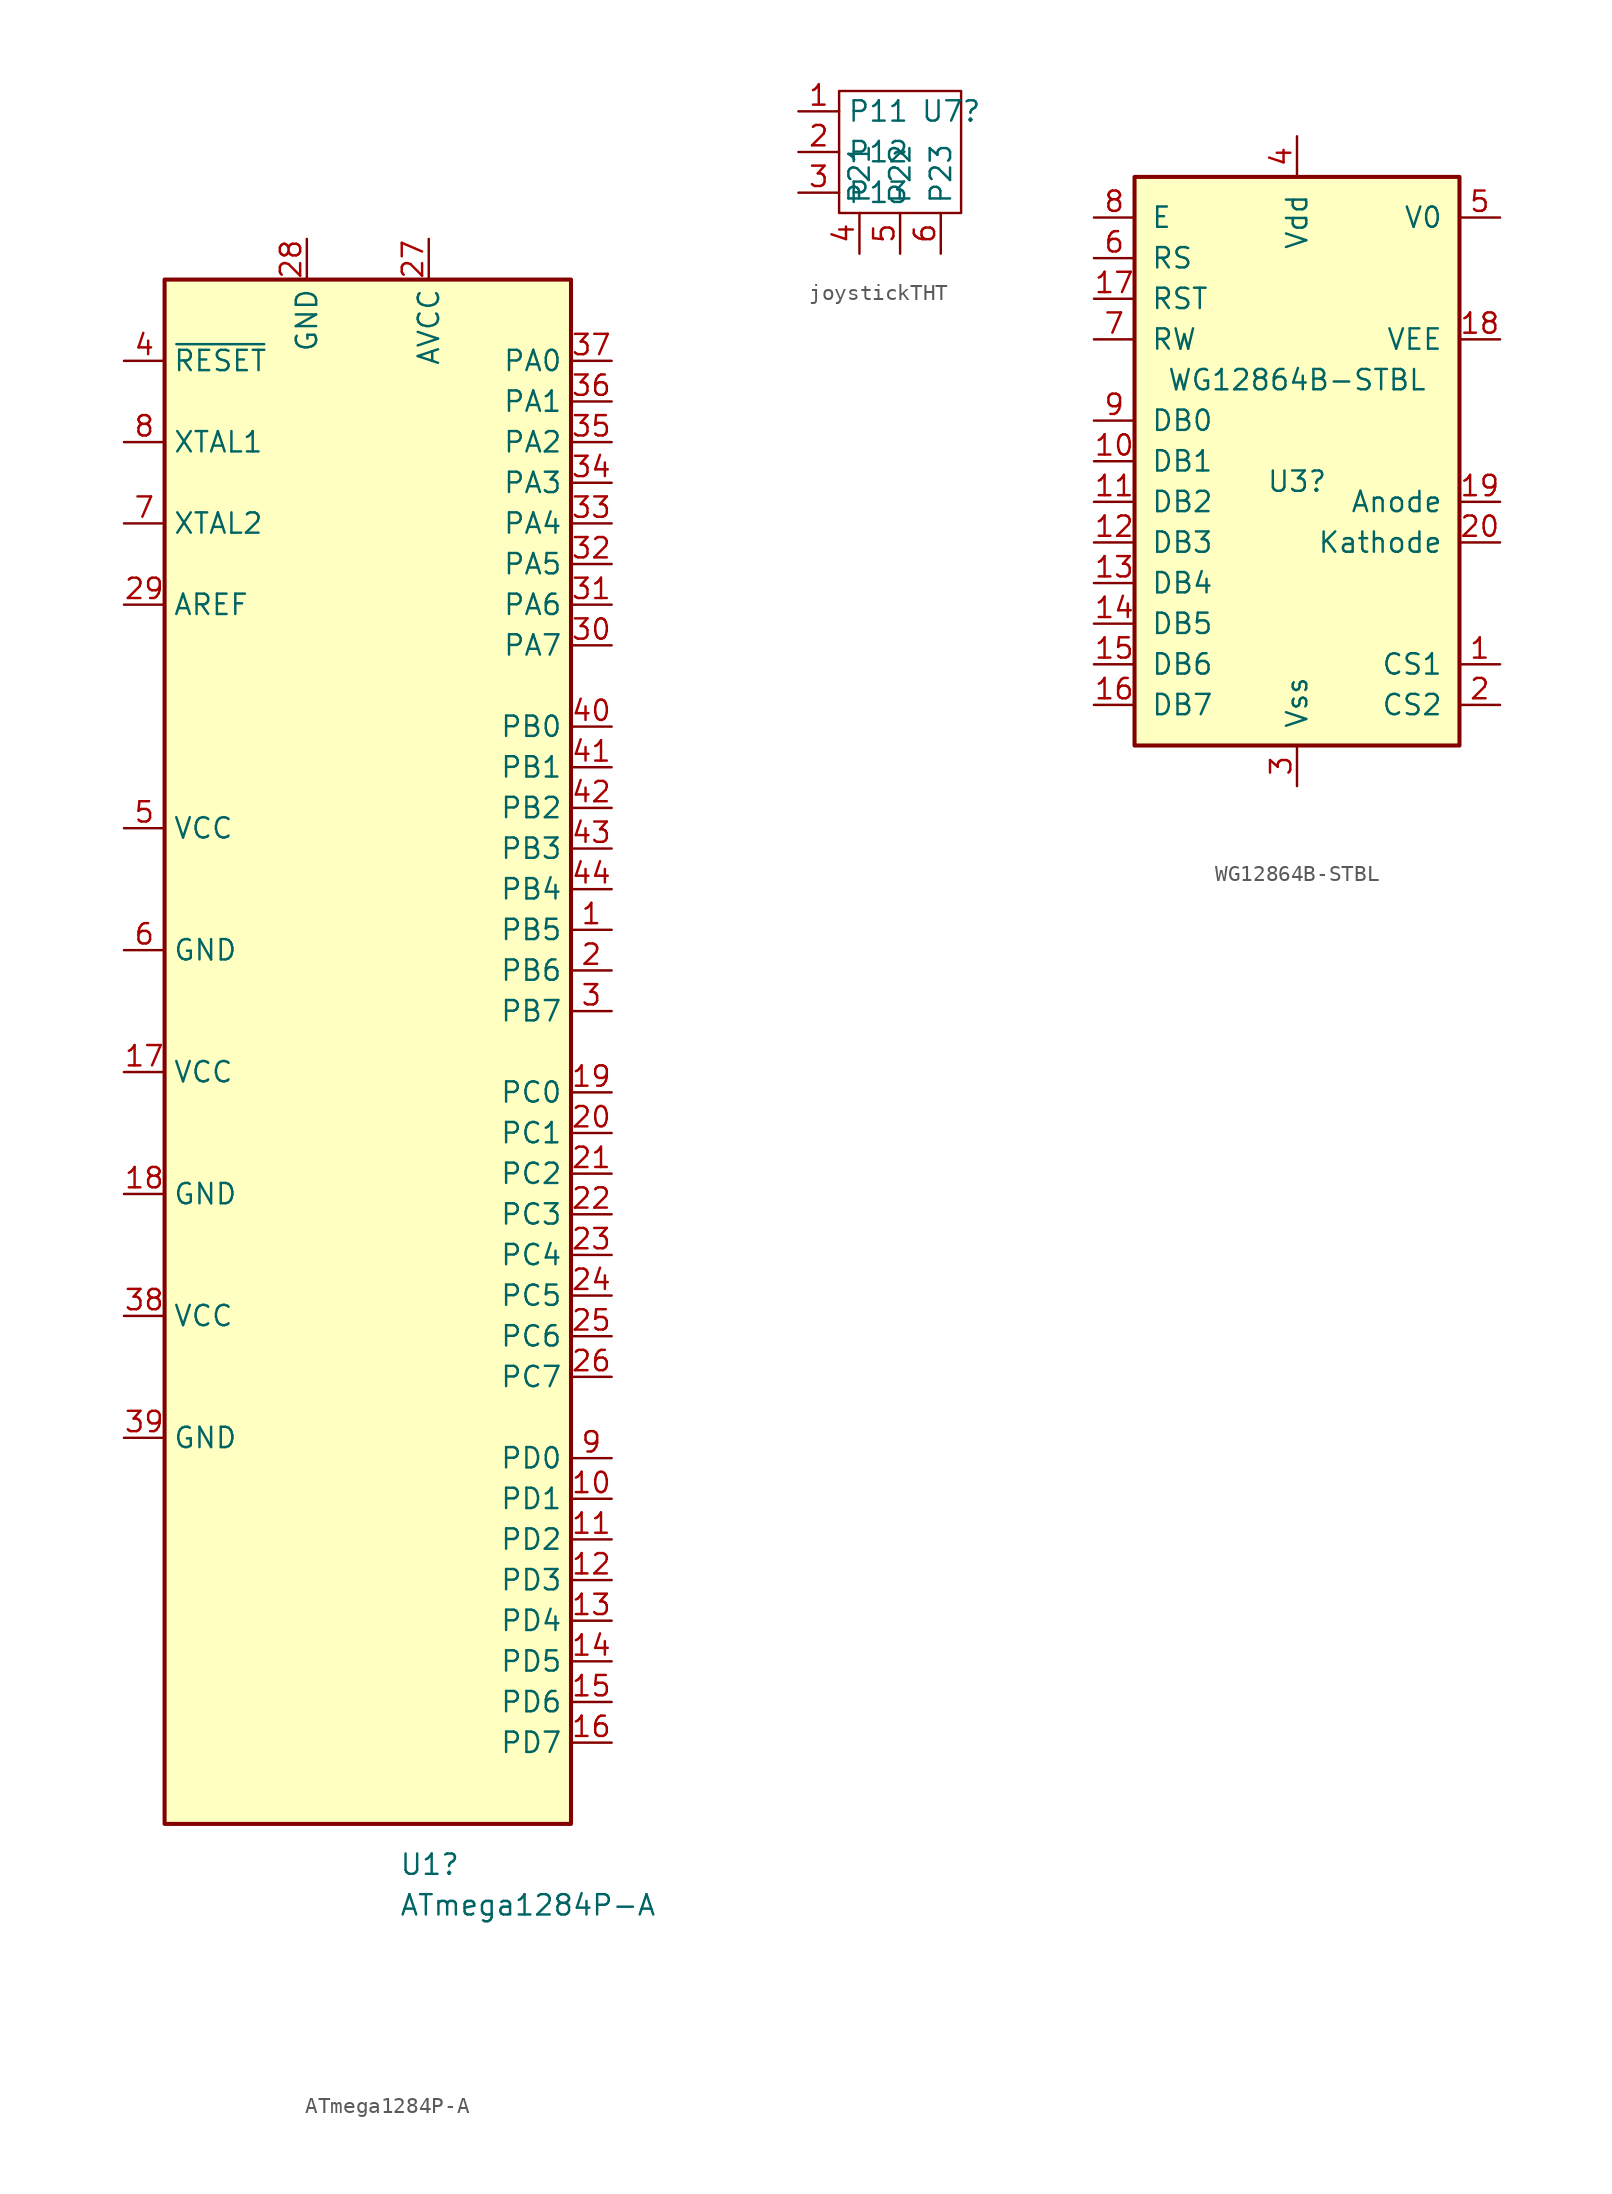
<source format=kicad_sym>
(kicad_symbol_lib
  (version 20220914)
  (generator kicad_symbol_editor)
  (symbol "ATmega1284P-A"
    (property "Reference" "U1"
      (at 1.956 -50.8 0)
      (effects (font (size 1.27 1.27)) (justify left)))
    (property "Value" "ATmega1284P-A"
      (at 1.956 -53.34 0)
      (effects (font (size 1.27 1.27)) (justify left)))
    (symbol "ATmega1284P-A_0_1"
      (rectangle (start -12.7 48.26) (end 12.7 -48.26) (stroke (width 0.254) (type default)) (fill (type background))))
    (symbol "ATmega1284P-A_1_1"
      (pin bidirectional line (at 15.24 7.62 180) (length 2.54) (name "PB5" (effects (font (size 1.27 1.27)))) (number "1" (effects (font (size 1.27 1.27)))))
      (pin bidirectional line (at 15.24 -27.94 180) (length 2.54) (name "PD1" (effects (font (size 1.27 1.27)))) (number "10" (effects (font (size 1.27 1.27)))))
      (pin bidirectional line (at 15.24 -30.48 180) (length 2.54) (name "PD2" (effects (font (size 1.27 1.27)))) (number "11" (effects (font (size 1.27 1.27)))))
      (pin bidirectional line (at 15.24 -33.02 180) (length 2.54) (name "PD3" (effects (font (size 1.27 1.27)))) (number "12" (effects (font (size 1.27 1.27)))))
      (pin bidirectional line (at 15.24 -35.56 180) (length 2.54) (name "PD4" (effects (font (size 1.27 1.27)))) (number "13" (effects (font (size 1.27 1.27)))))
      (pin bidirectional line (at 15.24 -38.1 180) (length 2.54) (name "PD5" (effects (font (size 1.27 1.27)))) (number "14" (effects (font (size 1.27 1.27)))))
      (pin bidirectional line (at 15.24 -40.64 180) (length 2.54) (name "PD6" (effects (font (size 1.27 1.27)))) (number "15" (effects (font (size 1.27 1.27)))))
      (pin bidirectional line (at 15.24 -43.18 180) (length 2.54) (name "PD7" (effects (font (size 1.27 1.27)))) (number "16" (effects (font (size 1.27 1.27)))))
      (pin power_in line (at -15.24 -1.27 0) (length 2.54) (name "VCC" (effects (font (size 1.27 1.27)))) (number "17" (effects (font (size 1.27 1.27)))))
      (pin power_in line (at -15.24 -8.89 0) (length 2.54) (name "GND" (effects (font (size 1.27 1.27)))) (number "18" (effects (font (size 1.27 1.27)))))
      (pin bidirectional line (at 15.24 -2.54 180) (length 2.54) (name "PC0" (effects (font (size 1.27 1.27)))) (number "19" (effects (font (size 1.27 1.27)))))
      (pin bidirectional line (at 15.24 5.08 180) (length 2.54) (name "PB6" (effects (font (size 1.27 1.27)))) (number "2" (effects (font (size 1.27 1.27)))))
      (pin bidirectional line (at 15.24 -5.08 180) (length 2.54) (name "PC1" (effects (font (size 1.27 1.27)))) (number "20" (effects (font (size 1.27 1.27)))))
      (pin bidirectional line (at 15.24 -7.62 180) (length 2.54) (name "PC2" (effects (font (size 1.27 1.27)))) (number "21" (effects (font (size 1.27 1.27)))))
      (pin bidirectional line (at 15.24 -10.16 180) (length 2.54) (name "PC3" (effects (font (size 1.27 1.27)))) (number "22" (effects (font (size 1.27 1.27)))))
      (pin bidirectional line (at 15.24 -12.7 180) (length 2.54) (name "PC4" (effects (font (size 1.27 1.27)))) (number "23" (effects (font (size 1.27 1.27)))))
      (pin bidirectional line (at 15.24 -15.24 180) (length 2.54) (name "PC5" (effects (font (size 1.27 1.27)))) (number "24" (effects (font (size 1.27 1.27)))))
      (pin bidirectional line (at 15.24 -17.78 180) (length 2.54) (name "PC6" (effects (font (size 1.27 1.27)))) (number "25" (effects (font (size 1.27 1.27)))))
      (pin bidirectional line (at 15.24 -20.32 180) (length 2.54) (name "PC7" (effects (font (size 1.27 1.27)))) (number "26" (effects (font (size 1.27 1.27)))))
      (pin input line (at 3.81 50.8 270) (length 2.54) (name "AVCC" (effects (font (size 1.27 1.27)))) (number "27" (effects (font (size 1.27 1.27)))))
      (pin power_in line (at -3.81 50.8 270) (length 2.54) (name "GND" (effects (font (size 1.27 1.27)))) (number "28" (effects (font (size 1.27 1.27)))))
      (pin passive line (at -15.24 27.94 0) (length 2.54) (name "AREF" (effects (font (size 1.27 1.27)))) (number "29" (effects (font (size 1.27 1.27)))))
      (pin bidirectional line (at 15.24 2.54 180) (length 2.54) (name "PB7" (effects (font (size 1.27 1.27)))) (number "3" (effects (font (size 1.27 1.27)))))
      (pin bidirectional line (at 15.24 25.4 180) (length 2.54) (name "PA7" (effects (font (size 1.27 1.27)))) (number "30" (effects (font (size 1.27 1.27)))))
      (pin bidirectional line (at 15.24 27.94 180) (length 2.54) (name "PA6" (effects (font (size 1.27 1.27)))) (number "31" (effects (font (size 1.27 1.27)))))
      (pin bidirectional line (at 15.24 30.48 180) (length 2.54) (name "PA5" (effects (font (size 1.27 1.27)))) (number "32" (effects (font (size 1.27 1.27)))))
      (pin bidirectional line (at 15.24 33.02 180) (length 2.54) (name "PA4" (effects (font (size 1.27 1.27)))) (number "33" (effects (font (size 1.27 1.27)))))
      (pin bidirectional line (at 15.24 35.56 180) (length 2.54) (name "PA3" (effects (font (size 1.27 1.27)))) (number "34" (effects (font (size 1.27 1.27)))))
      (pin bidirectional line (at 15.24 38.1 180) (length 2.54) (name "PA2" (effects (font (size 1.27 1.27)))) (number "35" (effects (font (size 1.27 1.27)))))
      (pin bidirectional line (at 15.24 40.64 180) (length 2.54) (name "PA1" (effects (font (size 1.27 1.27)))) (number "36" (effects (font (size 1.27 1.27)))))
      (pin bidirectional line (at 15.24 43.18 180) (length 2.54) (name "PA0" (effects (font (size 1.27 1.27)))) (number "37" (effects (font (size 1.27 1.27)))))
      (pin power_in line (at -15.24 -16.51 0) (length 2.54) (name "VCC" (effects (font (size 1.27 1.27)))) (number "38" (effects (font (size 1.27 1.27)))))
      (pin power_in line (at -15.24 -24.13 0) (length 2.54) (name "GND" (effects (font (size 1.27 1.27)))) (number "39" (effects (font (size 1.27 1.27)))))
      (pin input line (at -15.24 43.18 0) (length 2.54) (name "~{RESET}" (effects (font (size 1.27 1.27)))) (number "4" (effects (font (size 1.27 1.27)))))
      (pin bidirectional line (at 15.24 20.32 180) (length 2.54) (name "PB0" (effects (font (size 1.27 1.27)))) (number "40" (effects (font (size 1.27 1.27)))))
      (pin bidirectional line (at 15.24 17.78 180) (length 2.54) (name "PB1" (effects (font (size 1.27 1.27)))) (number "41" (effects (font (size 1.27 1.27)))))
      (pin bidirectional line (at 15.24 15.24 180) (length 2.54) (name "PB2" (effects (font (size 1.27 1.27)))) (number "42" (effects (font (size 1.27 1.27)))))
      (pin bidirectional line (at 15.24 12.7 180) (length 2.54) (name "PB3" (effects (font (size 1.27 1.27)))) (number "43" (effects (font (size 1.27 1.27)))))
      (pin bidirectional line (at 15.24 10.16 180) (length 2.54) (name "PB4" (effects (font (size 1.27 1.27)))) (number "44" (effects (font (size 1.27 1.27)))))
      (pin power_in line (at -15.24 13.97 0) (length 2.54) (name "VCC" (effects (font (size 1.27 1.27)))) (number "5" (effects (font (size 1.27 1.27)))))
      (pin power_in line (at -15.24 6.35 0) (length 2.54) (name "GND" (effects (font (size 1.27 1.27)))) (number "6" (effects (font (size 1.27 1.27)))))
      (pin output line (at -15.24 33.02 0) (length 2.54) (name "XTAL2" (effects (font (size 1.27 1.27)))) (number "7" (effects (font (size 1.27 1.27)))))
      (pin input line (at -15.24 38.1 0) (length 2.54) (name "XTAL1" (effects (font (size 1.27 1.27)))) (number "8" (effects (font (size 1.27 1.27)))))
      (pin bidirectional line (at 15.24 -25.4 180) (length 2.54) (name "PD0" (effects (font (size 1.27 1.27)))) (number "9" (effects (font (size 1.27 1.27)))))))
  (symbol "joystickTHT"
    (property "Reference" "U7"
      (at 1.27 2.54 0)
      (effects (font (size 1.27 1.27)) (justify left)))
    (property "Value" "~"
      (at 0 0 0)
      (effects (font (size 1.27 1.27))))
    (symbol "joystickTHT_0_1"
      (rectangle (start -3.81 3.81) (end 3.81 -3.81) (stroke (width 0) (type default)) (fill (type none))))
    (symbol "joystickTHT_1_1"
      (pin input line (at -6.35 2.54 0) (length 2.54) (name "P11" (effects (font (size 1.27 1.27)))) (number "1" (effects (font (size 1.27 1.27)))))
      (pin input line (at -6.35 0 0) (length 2.54) (name "P12" (effects (font (size 1.27 1.27)))) (number "2" (effects (font (size 1.27 1.27)))))
      (pin input line (at -6.35 -2.54 0) (length 2.54) (name "P13" (effects (font (size 1.27 1.27)))) (number "3" (effects (font (size 1.27 1.27)))))
      (pin input line (at -2.54 -6.35 90) (length 2.54) (name "P21" (effects (font (size 1.27 1.27)))) (number "4" (effects (font (size 1.27 1.27)))))
      (pin input line (at 0 -6.35 90) (length 2.54) (name "P22" (effects (font (size 1.27 1.27)))) (number "5" (effects (font (size 1.27 1.27)))))
      (pin input line (at 2.54 -6.35 90) (length 2.54) (name "P23" (effects (font (size 1.27 1.27)))) (number "6" (effects (font (size 1.27 1.27)))))))
  (symbol "WG12864B-STBL"
    (pin_names
      (offset 1.016))
    (property "Reference" "U3"
      (at 0 0 0)
      (effects (font (size 1.27 1.27))))
    (property "Value" "WG12864B-STBL"
      (at 0 6.35 0)
      (effects (font (size 1.27 1.27))))
    (symbol "WG12864B-STBL_0_1"
      (rectangle (start -10.16 19.05) (end 10.16 -16.51) (stroke (width 0.254) (type default)) (fill (type background))))
    (symbol "WG12864B-STBL_1_1"
      (pin input line (at 12.7 -11.43 180) (length 2.54) (name "CS1" (effects (font (size 1.27 1.27)))) (number "1" (effects (font (size 1.27 1.27)))))
      (pin input line (at -12.7 1.27 0) (length 2.54) (name "DB1" (effects (font (size 1.27 1.27)))) (number "10" (effects (font (size 1.27 1.27)))))
      (pin input line (at -12.7 -1.27 0) (length 2.54) (name "DB2" (effects (font (size 1.27 1.27)))) (number "11" (effects (font (size 1.27 1.27)))))
      (pin input line (at -12.7 -3.81 0) (length 2.54) (name "DB3" (effects (font (size 1.27 1.27)))) (number "12" (effects (font (size 1.27 1.27)))))
      (pin input line (at -12.7 -6.35 0) (length 2.54) (name "DB4" (effects (font (size 1.27 1.27)))) (number "13" (effects (font (size 1.27 1.27)))))
      (pin input line (at -12.7 -8.89 0) (length 2.54) (name "DB5" (effects (font (size 1.27 1.27)))) (number "14" (effects (font (size 1.27 1.27)))))
      (pin input line (at -12.7 -11.43 0) (length 2.54) (name "DB6" (effects (font (size 1.27 1.27)))) (number "15" (effects (font (size 1.27 1.27)))))
      (pin input line (at -12.7 -13.97 0) (length 2.54) (name "DB7" (effects (font (size 1.27 1.27)))) (number "16" (effects (font (size 1.27 1.27)))))
      (pin input line (at -12.7 11.43 0) (length 2.54) (name "RST" (effects (font (size 1.27 1.27)))) (number "17" (effects (font (size 1.27 1.27)))))
      (pin passive line (at 12.7 8.89 180) (length 2.54) (name "VEE" (effects (font (size 1.27 1.27)))) (number "18" (effects (font (size 1.27 1.27)))))
      (pin input line (at 12.7 -1.27 180) (length 2.54) (name "Anode" (effects (font (size 1.27 1.27)))) (number "19" (effects (font (size 1.27 1.27)))))
      (pin input line (at 12.7 -13.97 180) (length 2.54) (name "CS2" (effects (font (size 1.27 1.27)))) (number "2" (effects (font (size 1.27 1.27)))))
      (pin input line (at 12.7 -3.81 180) (length 2.54) (name "Kathode" (effects (font (size 1.27 1.27)))) (number "20" (effects (font (size 1.27 1.27)))))
      (pin power_in line (at 0 -19.05 90) (length 2.54) (name "Vss" (effects (font (size 1.27 1.27)))) (number "3" (effects (font (size 1.27 1.27)))))
      (pin power_in line (at 0 21.59 270) (length 2.54) (name "Vdd" (effects (font (size 1.27 1.27)))) (number "4" (effects (font (size 1.27 1.27)))))
      (pin input line (at 12.7 16.51 180) (length 2.54) (name "V0" (effects (font (size 1.27 1.27)))) (number "5" (effects (font (size 1.27 1.27)))))
      (pin input line (at -12.7 13.97 0) (length 2.54) (name "RS" (effects (font (size 1.27 1.27)))) (number "6" (effects (font (size 1.27 1.27)))))
      (pin input line (at -12.7 8.89 0) (length 2.54) (name "RW" (effects (font (size 1.27 1.27)))) (number "7" (effects (font (size 1.27 1.27)))))
      (pin input line (at -12.7 16.51 0) (length 2.54) (name "E" (effects (font (size 1.27 1.27)))) (number "8" (effects (font (size 1.27 1.27)))))
      (pin input line (at -12.7 3.81 0) (length 2.54) (name "DB0" (effects (font (size 1.27 1.27)))) (number "9" (effects (font (size 1.27 1.27))))))))
</source>
